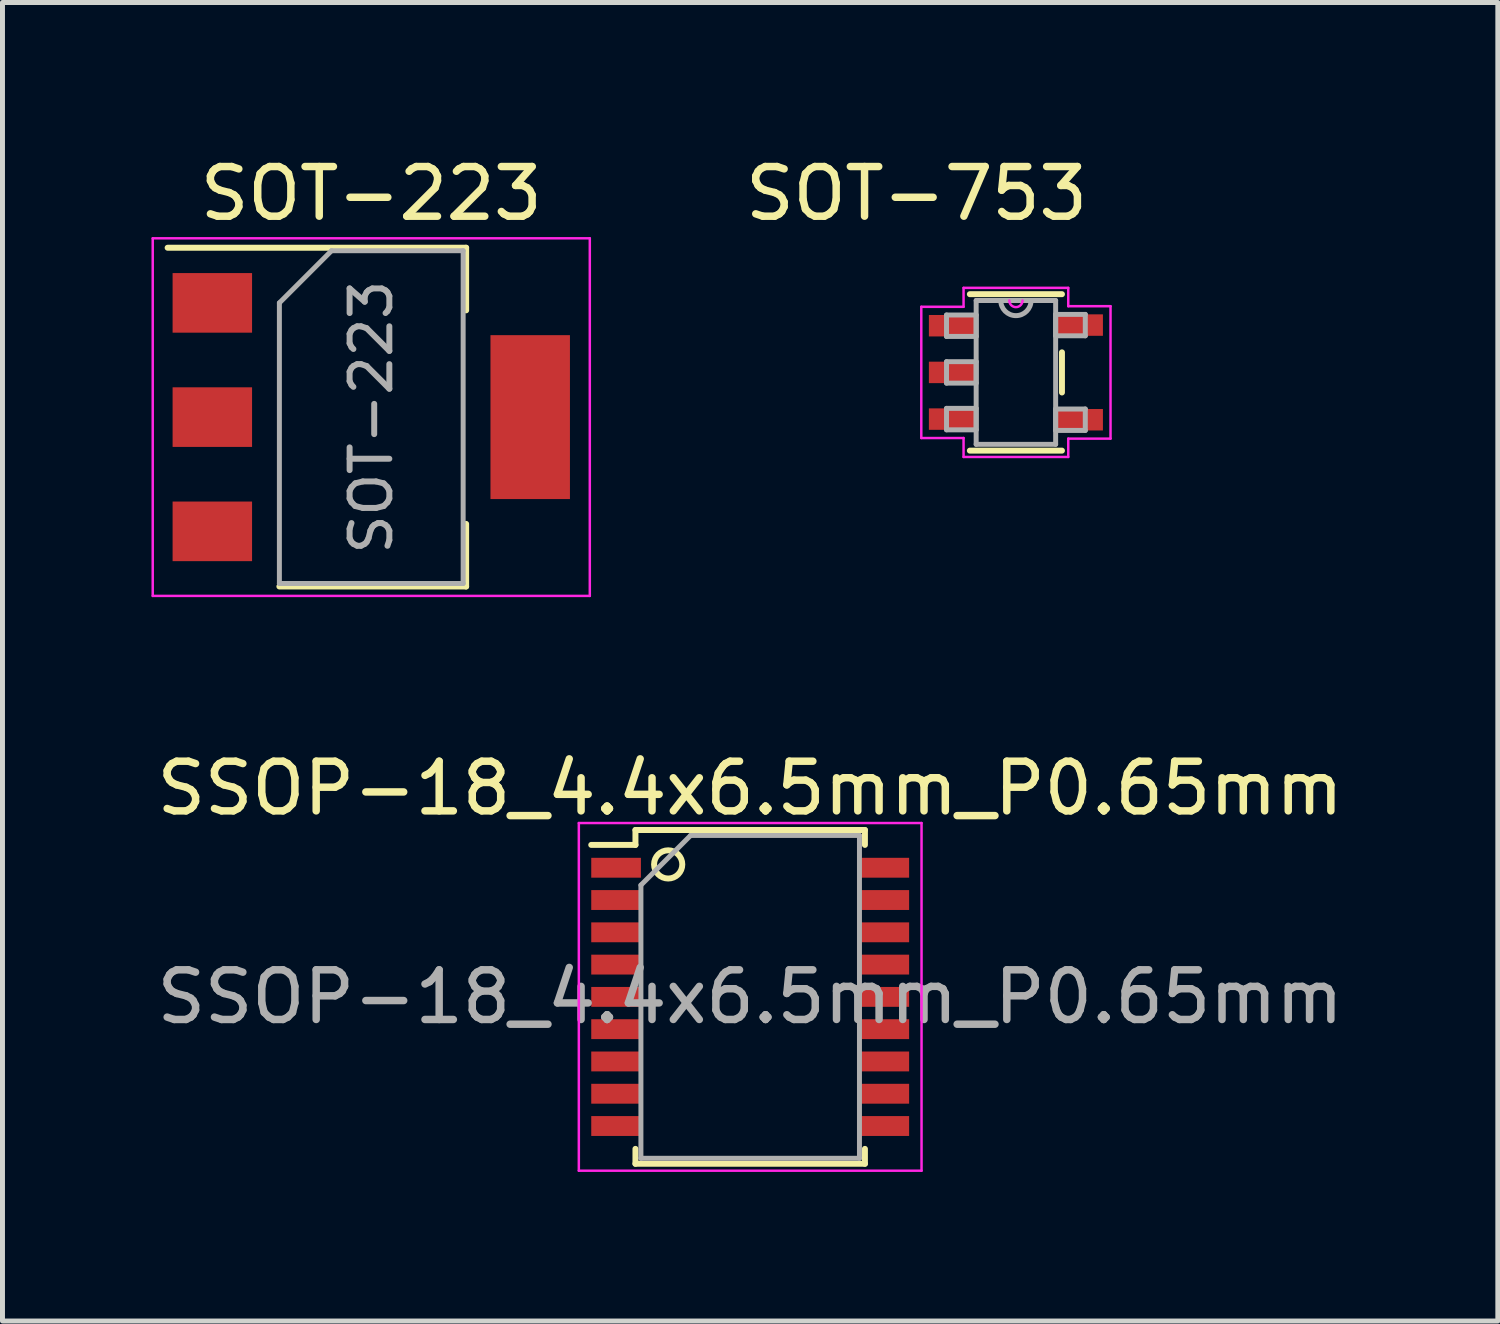
<source format=kicad_pcb>
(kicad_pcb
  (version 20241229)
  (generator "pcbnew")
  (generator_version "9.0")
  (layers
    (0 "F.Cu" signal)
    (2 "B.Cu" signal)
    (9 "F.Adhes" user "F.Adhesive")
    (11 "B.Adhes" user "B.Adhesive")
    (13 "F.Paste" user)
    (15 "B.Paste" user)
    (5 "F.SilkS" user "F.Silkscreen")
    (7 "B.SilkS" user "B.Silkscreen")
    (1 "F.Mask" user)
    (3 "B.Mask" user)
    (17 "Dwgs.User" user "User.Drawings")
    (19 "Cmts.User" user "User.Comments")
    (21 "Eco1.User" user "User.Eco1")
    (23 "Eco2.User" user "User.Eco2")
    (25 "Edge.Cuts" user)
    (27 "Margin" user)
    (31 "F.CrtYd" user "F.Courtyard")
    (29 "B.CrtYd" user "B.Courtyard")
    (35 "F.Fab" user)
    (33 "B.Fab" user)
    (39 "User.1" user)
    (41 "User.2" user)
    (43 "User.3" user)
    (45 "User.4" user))
  (footprint "SSOP-18_4.4x6.5mm_P0.65mm"
    (layer "F.Cu")
    (at 12.054 17.021)
    (property "Reference" "SSOP-18_4.4x6.5mm_P0.65mm" (at 0 -4.2 0) (layer "F.SilkS") (effects (font (size 1 1) (thickness 0.15))))
    (attr smd)
    (fp_line (start -3.2 -3.06) (end -2.31 -3.06) (stroke (width 0.12) (type solid)) (layer "F.SilkS"))
    (fp_line (start -2.31 -3.36) (end 2.31 -3.36) (stroke (width 0.12) (type solid)) (layer "F.SilkS"))
    (fp_line (start -2.31 -3.06) (end -2.31 -3.36) (stroke (width 0.12) (type solid)) (layer "F.SilkS"))
    (fp_line (start -2.31 3.06) (end -2.31 3.36) (stroke (width 0.12) (type solid)) (layer "F.SilkS"))
    (fp_line (start -2.31 3.36) (end 2.31 3.36) (stroke (width 0.12) (type solid)) (layer "F.SilkS"))
    (fp_line (start 2.31 -3.36) (end 2.31 -3.06) (stroke (width 0.12) (type solid)) (layer "F.SilkS"))
    (fp_line (start 2.31 3.36) (end 2.31 3.06) (stroke (width 0.12) (type solid)) (layer "F.SilkS"))
    (fp_circle (center -1.651 -2.667) (end -1.905 -2.794) (stroke (width 0.12) (type solid)) (fill no) (layer "F.SilkS"))
    (fp_line (start -3.45 -3.5) (end 3.45 -3.5) (stroke (width 0.05) (type solid)) (layer "F.CrtYd"))
    (fp_line (start -3.45 3.5) (end -3.45 -3.5) (stroke (width 0.05) (type solid)) (layer "F.CrtYd"))
    (fp_line (start 3.45 -3.5) (end 3.45 3.5) (stroke (width 0.05) (type solid)) (layer "F.CrtYd"))
    (fp_line (start 3.45 3.5) (end -3.45 3.5) (stroke (width 0.05) (type solid)) (layer "F.CrtYd"))
    (fp_line (start -2.2 -2.25) (end -1.2 -3.25) (stroke (width 0.1) (type solid)) (layer "F.Fab"))
    (fp_line (start -2.2 3.25) (end -2.2 -2.25) (stroke (width 0.1) (type solid)) (layer "F.Fab"))
    (fp_line (start -1.2 -3.25) (end 2.2 -3.25) (stroke (width 0.1) (type solid)) (layer "F.Fab"))
    (fp_line (start 2.2 -3.25) (end 2.2 3.25) (stroke (width 0.1) (type solid)) (layer "F.Fab"))
    (fp_line (start 2.2 3.25) (end -2.2 3.25) (stroke (width 0.1) (type solid)) (layer "F.Fab"))
    (fp_text user "${REFERENCE}" (at 0 0 0) (layer "F.Fab") (effects (font (size 1 1) (thickness 0.15))))
    (pad "1" smd rect (at -2.7 -2.6) (size 1 0.4) (layers "F.Cu" "F.Mask" "F.Paste"))
    (pad "2" smd rect (at -2.7 -1.95) (size 1 0.4) (layers "F.Cu" "F.Mask" "F.Paste"))
    (pad "3" smd rect (at -2.7 -1.3) (size 1 0.4) (layers "F.Cu" "F.Mask" "F.Paste"))
    (pad "4" smd rect (at -2.7 -0.65) (size 1 0.4) (layers "F.Cu" "F.Mask" "F.Paste"))
    (pad "5" smd rect (at -2.7 0) (size 1 0.4) (layers "F.Cu" "F.Mask" "F.Paste"))
    (pad "6" smd rect (at -2.7 0.65) (size 1 0.4) (layers "F.Cu" "F.Mask" "F.Paste"))
    (pad "7" smd rect (at -2.7 1.3) (size 1 0.4) (layers "F.Cu" "F.Mask" "F.Paste"))
    (pad "8" smd rect (at -2.7 1.95) (size 1 0.4) (layers "F.Cu" "F.Mask" "F.Paste"))
    (pad "9" smd rect (at -2.7 2.6) (size 1 0.4) (layers "F.Cu" "F.Mask" "F.Paste"))
    (pad "10" smd rect (at 2.7 2.6) (size 1 0.4) (layers "F.Cu" "F.Mask" "F.Paste"))
    (pad "11" smd rect (at 2.7 1.95) (size 1 0.4) (layers "F.Cu" "F.Mask" "F.Paste"))
    (pad "12" smd rect (at 2.7 1.3) (size 1 0.4) (layers "F.Cu" "F.Mask" "F.Paste"))
    (pad "13" smd rect (at 2.7 0.65) (size 1 0.4) (layers "F.Cu" "F.Mask" "F.Paste"))
    (pad "14" smd rect (at 2.7 0) (size 1 0.4) (layers "F.Cu" "F.Mask" "F.Paste"))
    (pad "15" smd rect (at 2.7 -0.65) (size 1 0.4) (layers "F.Cu" "F.Mask" "F.Paste"))
    (pad "16" smd rect (at 2.7 -1.3) (size 1 0.4) (layers "F.Cu" "F.Mask" "F.Paste"))
    (pad "17" smd rect (at 2.7 -1.95) (size 1 0.4) (layers "F.Cu" "F.Mask" "F.Paste"))
    (pad "18" smd rect (at 2.7 -2.6) (size 1 0.4) (layers "F.Cu" "F.Mask" "F.Paste")))
  (footprint "SOT-753"
    (layer "F.Cu")
    (at 17.404 4.448)
    (property "Reference" "SOT-753" (at -2 -3.6 0) (unlocked yes) (layer "F.SilkS") (effects (font (size 1 1) (thickness 0.15))))
    (fp_line (start -0.927 1.575) (end 0.927 1.575) (stroke (width 0.12) (type solid)) (layer "F.SilkS"))
    (fp_line (start 0.927 -1.575) (end -0.927 -1.575) (stroke (width 0.12) (type solid)) (layer "F.SilkS"))
    (fp_line (start 0.927 0.404) (end 0.927 -0.404) (stroke (width 0.12) (type solid)) (layer "F.SilkS"))
    (fp_line (start -1.905 -1.321) (end -1.054 -1.321) (stroke (width 0.05) (type solid)) (layer "F.CrtYd"))
    (fp_line (start -1.905 1.321) (end -1.905 -1.321) (stroke (width 0.05) (type solid)) (layer "F.CrtYd"))
    (fp_line (start -1.054 -1.702) (end 1.054 -1.702) (stroke (width 0.05) (type solid)) (layer "F.CrtYd"))
    (fp_line (start -1.054 -1.321) (end -1.054 -1.702) (stroke (width 0.05) (type solid)) (layer "F.CrtYd"))
    (fp_line (start -1.054 1.321) (end -1.905 1.321) (stroke (width 0.05) (type solid)) (layer "F.CrtYd"))
    (fp_line (start -1.054 1.702) (end -1.054 1.321) (stroke (width 0.05) (type solid)) (layer "F.CrtYd"))
    (fp_line (start 1.054 -1.702) (end 1.054 -1.333) (stroke (width 0.05) (type solid)) (layer "F.CrtYd"))
    (fp_line (start 1.054 -1.333) (end 1.905 -1.333) (stroke (width 0.05) (type solid)) (layer "F.CrtYd"))
    (fp_line (start 1.054 1.333) (end 1.054 1.702) (stroke (width 0.05) (type solid)) (layer "F.CrtYd"))
    (fp_line (start 1.054 1.702) (end -1.054 1.702) (stroke (width 0.05) (type solid)) (layer "F.CrtYd"))
    (fp_line (start 1.905 -1.333) (end 1.905 1.333) (stroke (width 0.05) (type solid)) (layer "F.CrtYd"))
    (fp_line (start 1.905 1.333) (end 1.054 1.333) (stroke (width 0.05) (type solid)) (layer "F.CrtYd"))
    (fp_arc (start 0.13335 -1.4478) (mid 0 -1.31445) (end -0.13335 -1.4478) (stroke (width 0.05) (type solid)) (layer "F.CrtYd"))
    (fp_line (start -1.397 -1.156) (end -1.397 -0.724) (stroke (width 0.1) (type solid)) (layer "F.Fab"))
    (fp_line (start -1.397 -0.724) (end -0.8 -0.724) (stroke (width 0.1) (type solid)) (layer "F.Fab"))
    (fp_line (start -1.397 -0.216) (end -1.397 0.216) (stroke (width 0.1) (type solid)) (layer "F.Fab"))
    (fp_line (start -1.397 0.216) (end -0.8 0.216) (stroke (width 0.1) (type solid)) (layer "F.Fab"))
    (fp_line (start -1.397 0.724) (end -1.397 1.156) (stroke (width 0.1) (type solid)) (layer "F.Fab"))
    (fp_line (start -1.397 1.156) (end -0.8 1.156) (stroke (width 0.1) (type solid)) (layer "F.Fab"))
    (fp_line (start -0.8 -1.448) (end -0.8 1.448) (stroke (width 0.1) (type solid)) (layer "F.Fab"))
    (fp_line (start -0.8 -1.156) (end -1.397 -1.156) (stroke (width 0.1) (type solid)) (layer "F.Fab"))
    (fp_line (start -0.8 -0.724) (end -0.8 -1.156) (stroke (width 0.1) (type solid)) (layer "F.Fab"))
    (fp_line (start -0.8 -0.216) (end -1.397 -0.216) (stroke (width 0.1) (type solid)) (layer "F.Fab"))
    (fp_line (start -0.8 0.216) (end -0.8 -0.216) (stroke (width 0.1) (type solid)) (layer "F.Fab"))
    (fp_line (start -0.8 0.724) (end -1.397 0.724) (stroke (width 0.1) (type solid)) (layer "F.Fab"))
    (fp_line (start -0.8 1.156) (end -0.8 0.724) (stroke (width 0.1) (type solid)) (layer "F.Fab"))
    (fp_line (start -0.8 1.448) (end 0.8 1.448) (stroke (width 0.1) (type solid)) (layer "F.Fab"))
    (fp_line (start 0.8 -1.448) (end -0.8 -1.448) (stroke (width 0.1) (type solid)) (layer "F.Fab"))
    (fp_line (start 0.8 -1.168) (end 0.8 -0.737) (stroke (width 0.1) (type solid)) (layer "F.Fab"))
    (fp_line (start 0.8 -0.737) (end 1.397 -0.737) (stroke (width 0.1) (type solid)) (layer "F.Fab"))
    (fp_line (start 0.8 0.737) (end 0.8 1.168) (stroke (width 0.1) (type solid)) (layer "F.Fab"))
    (fp_line (start 0.8 1.168) (end 1.397 1.168) (stroke (width 0.1) (type solid)) (layer "F.Fab"))
    (fp_line (start 0.8 1.448) (end 0.8 -1.448) (stroke (width 0.1) (type solid)) (layer "F.Fab"))
    (fp_line (start 1.397 -1.168) (end 0.8 -1.168) (stroke (width 0.1) (type solid)) (layer "F.Fab"))
    (fp_line (start 1.397 -0.737) (end 1.397 -1.168) (stroke (width 0.1) (type solid)) (layer "F.Fab"))
    (fp_line (start 1.397 0.737) (end 0.8 0.737) (stroke (width 0.1) (type solid)) (layer "F.Fab"))
    (fp_line (start 1.397 1.168) (end 1.397 0.737) (stroke (width 0.1) (type solid)) (layer "F.Fab"))
    (fp_arc (start 0.3048 -1.4478) (mid 0 -1.143) (end -0.3048 -1.4478) (stroke (width 0.1) (type solid)) (layer "F.Fab"))
    (pad "1" smd rect (at -1.295 -0.94) (size 0.914 0.432) (layers "F.Cu" "F.Mask" "F.Paste"))
    (pad "2" smd rect (at -1.295 0) (size 0.914 0.432) (layers "F.Cu" "F.Mask" "F.Paste"))
    (pad "3" smd rect (at -1.295 0.94) (size 0.914 0.432) (layers "F.Cu" "F.Mask" "F.Paste"))
    (pad "4" smd rect (at 1.295 0.953) (size 0.914 0.432) (layers "F.Cu" "F.Mask" "F.Paste"))
    (pad "5" smd rect (at 1.295 -0.953) (size 0.914 0.432) (layers "F.Cu" "F.Mask" "F.Paste")))
  (footprint "SOT-223"
    (layer "F.Cu")
    (at 4.425 5.348)
    (property "Reference" "SOT-223" (at 0 -4.5 0) (layer "F.SilkS") (effects (font (size 1 1) (thickness 0.15))))
    (attr smd)
    (fp_line (start -4.1 -3.41) (end 1.91 -3.41) (stroke (width 0.12) (type solid)) (layer "F.SilkS"))
    (fp_line (start -1.85 3.41) (end 1.91 3.41) (stroke (width 0.12) (type solid)) (layer "F.SilkS"))
    (fp_line (start 1.91 -3.41) (end 1.91 -2.15) (stroke (width 0.12) (type solid)) (layer "F.SilkS"))
    (fp_line (start 1.91 3.41) (end 1.91 2.15) (stroke (width 0.12) (type solid)) (layer "F.SilkS"))
    (fp_line (start -4.4 -3.6) (end -4.4 3.6) (stroke (width 0.05) (type solid)) (layer "F.CrtYd"))
    (fp_line (start -4.4 3.6) (end 4.4 3.6) (stroke (width 0.05) (type solid)) (layer "F.CrtYd"))
    (fp_line (start 4.4 -3.6) (end -4.4 -3.6) (stroke (width 0.05) (type solid)) (layer "F.CrtYd"))
    (fp_line (start 4.4 3.6) (end 4.4 -3.6) (stroke (width 0.05) (type solid)) (layer "F.CrtYd"))
    (fp_line (start -1.85 -2.3) (end -1.85 3.35) (stroke (width 0.1) (type solid)) (layer "F.Fab"))
    (fp_line (start -1.85 -2.3) (end -0.8 -3.35) (stroke (width 0.1) (type solid)) (layer "F.Fab"))
    (fp_line (start -1.85 3.35) (end 1.85 3.35) (stroke (width 0.1) (type solid)) (layer "F.Fab"))
    (fp_line (start -0.8 -3.35) (end 1.85 -3.35) (stroke (width 0.1) (type solid)) (layer "F.Fab"))
    (fp_line (start 1.85 -3.35) (end 1.85 3.35) (stroke (width 0.1) (type solid)) (layer "F.Fab"))
    (fp_text user "${REFERENCE}" (at 0 0 90) (layer "F.Fab") (effects (font (size 0.8 0.8) (thickness 0.12))))
    (pad "1" smd rect (at -3.2 -2.3) (size 1.6 1.2) (layers "F.Cu" "F.Mask" "F.Paste"))
    (pad "2" smd rect (at -3.2 0) (size 1.6 1.2) (layers "F.Cu" "F.Mask" "F.Paste"))
    (pad "3" smd rect (at -3.2 2.3) (size 1.6 1.2) (layers "F.Cu" "F.Mask" "F.Paste"))
    (pad "4" smd rect (at 3.2 0) (size 1.6 3.3) (layers "F.Cu" "F.Mask" "F.Paste")))
  (gr_rect
    (start -3 -3)
    (end 27.107 23.547)
    (stroke (width 0.1) (type default))
    (fill no)
    (layer "Edge.Cuts")))
</source>
